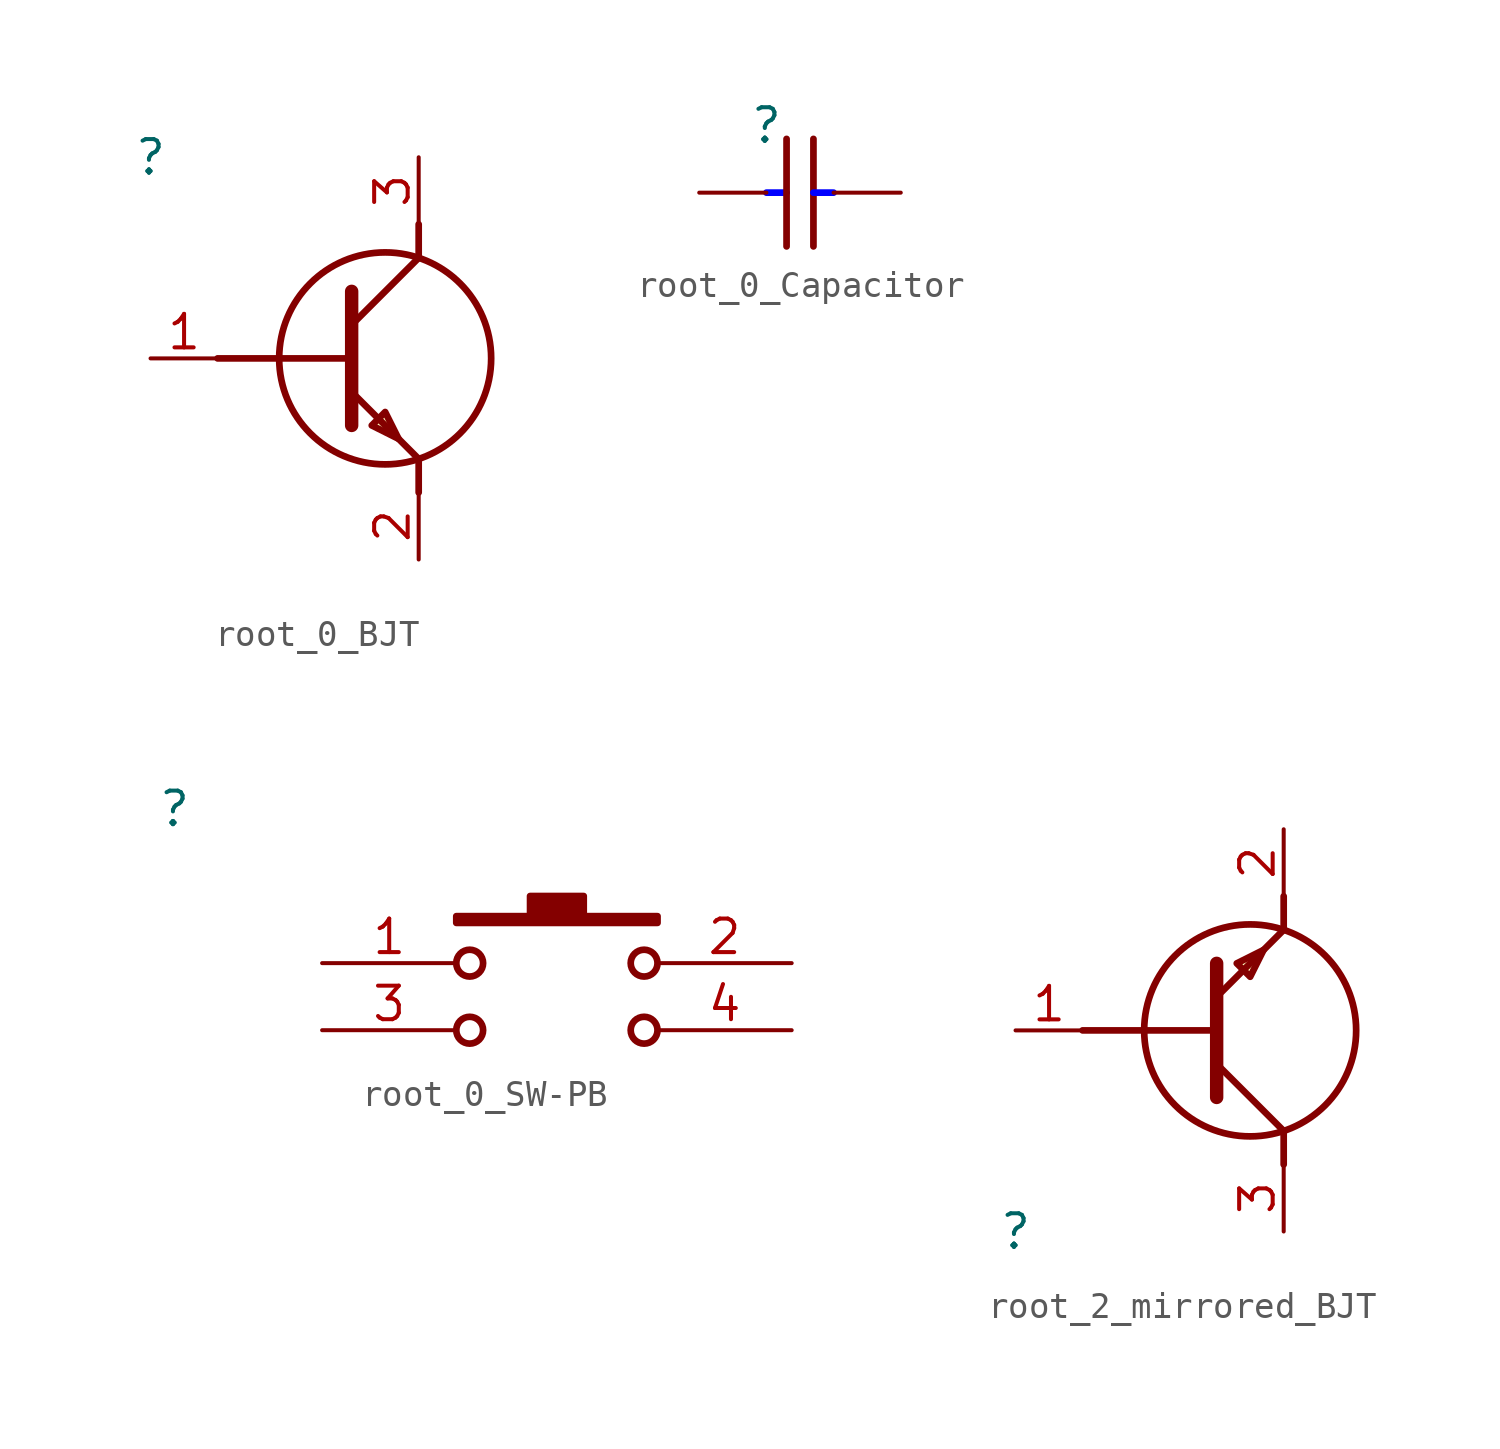
<source format=kicad_sym>
(kicad_symbol_lib
  (version 20220914)
  (generator kicad_symbol_editor)
  (symbol "root_0_BJT"
    (property "Reference" ""
      (at 0 0 0)
      (effects (font (size 1.27 1.27))))
    (property "Value" ""
      (at 0 0 0)
      (effects (font (size 1.27 1.27))))
    (symbol "root_0_BJT_1_0"
      (polyline (pts (xy 7.62 -10.16) (xy 7.62 -5.08)) (stroke (width 0.508) (type solid)) (fill (type none)))
      (polyline (pts (xy 7.62 -7.62) (xy 2.54 -7.62)) (stroke (width 0.254) (type solid)) (fill (type none)))
      (polyline (pts (xy 10.16 -12.7) (xy 10.16 -11.43)) (stroke (width 0.254) (type solid)) (fill (type none)))
      (polyline (pts (xy 10.16 -11.43) (xy 7.62 -8.89)) (stroke (width 0.254) (type solid)) (fill (type none)))
      (polyline (pts (xy 10.16 -3.81) (xy 7.62 -6.35)) (stroke (width 0.254) (type solid)) (fill (type none)))
      (polyline (pts (xy 10.16 -2.54) (xy 10.16 -3.81)) (stroke (width 0.254) (type solid)) (fill (type none)))
      (polyline (pts (xy 8.382 -10.16) (xy 8.89 -9.652) (xy 9.398 -10.668) (xy 8.382 -10.16)) (stroke (width 0.254) (type solid)) (fill (type background)))
      (circle (center 8.89 -7.62) (radius 4.016) (stroke (width 0.254) (type solid)) (fill (type none)))
      (pin passive line (at 0 -7.62 0) (length 2.54) (name "B" (effects (font (size 0 0)))) (number "1" (effects (font (size 1.27 1.27)))))
      (pin passive line (at 10.16 -15.24 90) (length 2.54) (name "E" (effects (font (size 0 0)))) (number "2" (effects (font (size 1.27 1.27)))))
      (pin passive line (at 10.16 0 270) (length 2.54) (name "C" (effects (font (size 0 0)))) (number "3" (effects (font (size 1.27 1.27)))))))
  (symbol "root_0_Capacitor"
    (property "Reference" ""
      (at 0 0 0)
      (effects (font (size 1.27 1.27))))
    (property "Value" ""
      (at 0 0 0)
      (effects (font (size 1.27 1.27))))
    (symbol "root_0_Capacitor_1_0"
      (polyline (pts (xy 0 -2.54) (xy 0.762 -2.54)) (stroke (width 0.254) (type solid) (color 0 0 255 1)) (fill (type none)))
      (polyline (pts (xy 0.762 -4.572) (xy 0.762 -0.508)) (stroke (width 0.254) (type solid)) (fill (type none)))
      (polyline (pts (xy 1.778 -0.508) (xy 1.778 -4.572)) (stroke (width 0.254) (type solid)) (fill (type none)))
      (polyline (pts (xy 2.54 -2.54) (xy 1.778 -2.54)) (stroke (width 0.254) (type solid) (color 0 0 255 1)) (fill (type none)))
      (pin passive line (at -2.54 -2.54 0) (length 2.54) (name "1" (effects (font (size 0 0)))) (number "1" (effects (font (size 0 0)))))
      (pin passive line (at 5.08 -2.54 180) (length 2.54) (name "2" (effects (font (size 0 0)))) (number "2" (effects (font (size 0 0)))))))
  (symbol "root_0_SW-PB"
    (property "Reference" ""
      (at 0 0 0)
      (effects (font (size 1.27 1.27))))
    (property "Value" ""
      (at 0 0 0)
      (effects (font (size 1.27 1.27))))
    (symbol "root_0_SW-PB_1_0"
      (polyline (pts (xy 10.668 -4.064) (xy 10.668 -4.318) (xy 18.288 -4.318) (xy 18.288 -4.064) (xy 15.494 -4.064) (xy 15.494 -3.302) (xy 13.462 -3.302) (xy 13.462 -4.064) (xy 10.668 -4.064)) (stroke (width 0.254) (type solid)) (fill (type outline)))
      (circle (center 11.176 -8.382) (radius 0.508) (stroke (width 0.254) (type solid)) (fill (type none)))
      (circle (center 11.176 -5.842) (radius 0.508) (stroke (width 0.254) (type solid)) (fill (type none)))
      (circle (center 17.78 -8.382) (radius 0.508) (stroke (width 0.254) (type solid)) (fill (type none)))
      (circle (center 17.78 -5.842) (radius 0.508) (stroke (width 0.254) (type solid)) (fill (type none)))
      (pin passive line (at 5.588 -5.842 0) (length 5.08) (name "1" (effects (font (size 0 0)))) (number "1" (effects (font (size 1.27 1.27)))))
      (pin passive line (at 23.368 -5.842 180) (length 5.08) (name "2" (effects (font (size 0 0)))) (number "2" (effects (font (size 1.27 1.27)))))
      (pin passive line (at 5.588 -8.382 0) (length 5.08) (name "3" (effects (font (size 0 0)))) (number "3" (effects (font (size 1.27 1.27)))))
      (pin passive line (at 23.368 -8.382 180) (length 5.08) (name "4" (effects (font (size 0 0)))) (number "4" (effects (font (size 1.27 1.27)))))))
  (symbol "root_2_mirrored_BJT"
    (property "Reference" ""
      (at 0 0 0)
      (effects (font (size 1.27 1.27))))
    (property "Value" ""
      (at 0 0 0)
      (effects (font (size 1.27 1.27))))
    (symbol "root_2_mirrored_BJT_1_0"
      (polyline (pts (xy 7.62 7.62) (xy 2.54 7.62)) (stroke (width 0.254) (type solid)) (fill (type none)))
      (polyline (pts (xy 7.62 10.16) (xy 7.62 5.08)) (stroke (width 0.508) (type solid)) (fill (type none)))
      (polyline (pts (xy 10.16 2.54) (xy 10.16 3.81)) (stroke (width 0.254) (type solid)) (fill (type none)))
      (polyline (pts (xy 10.16 3.81) (xy 7.62 6.35)) (stroke (width 0.254) (type solid)) (fill (type none)))
      (polyline (pts (xy 10.16 11.43) (xy 7.62 8.89)) (stroke (width 0.254) (type solid)) (fill (type none)))
      (polyline (pts (xy 10.16 12.7) (xy 10.16 11.43)) (stroke (width 0.254) (type solid)) (fill (type none)))
      (polyline (pts (xy 8.382 10.16) (xy 8.89 9.652) (xy 9.398 10.668) (xy 8.382 10.16)) (stroke (width 0.254) (type solid)) (fill (type background)))
      (circle (center 8.89 7.62) (radius 4.016) (stroke (width 0.254) (type solid)) (fill (type none)))
      (pin passive line (at 0 7.62 0) (length 2.54) (name "B" (effects (font (size 0 0)))) (number "1" (effects (font (size 1.27 1.27)))))
      (pin passive line (at 10.16 15.24 270) (length 2.54) (name "E" (effects (font (size 0 0)))) (number "2" (effects (font (size 1.27 1.27)))))
      (pin passive line (at 10.16 0 90) (length 2.54) (name "C" (effects (font (size 0 0)))) (number "3" (effects (font (size 1.27 1.27))))))))
</source>
